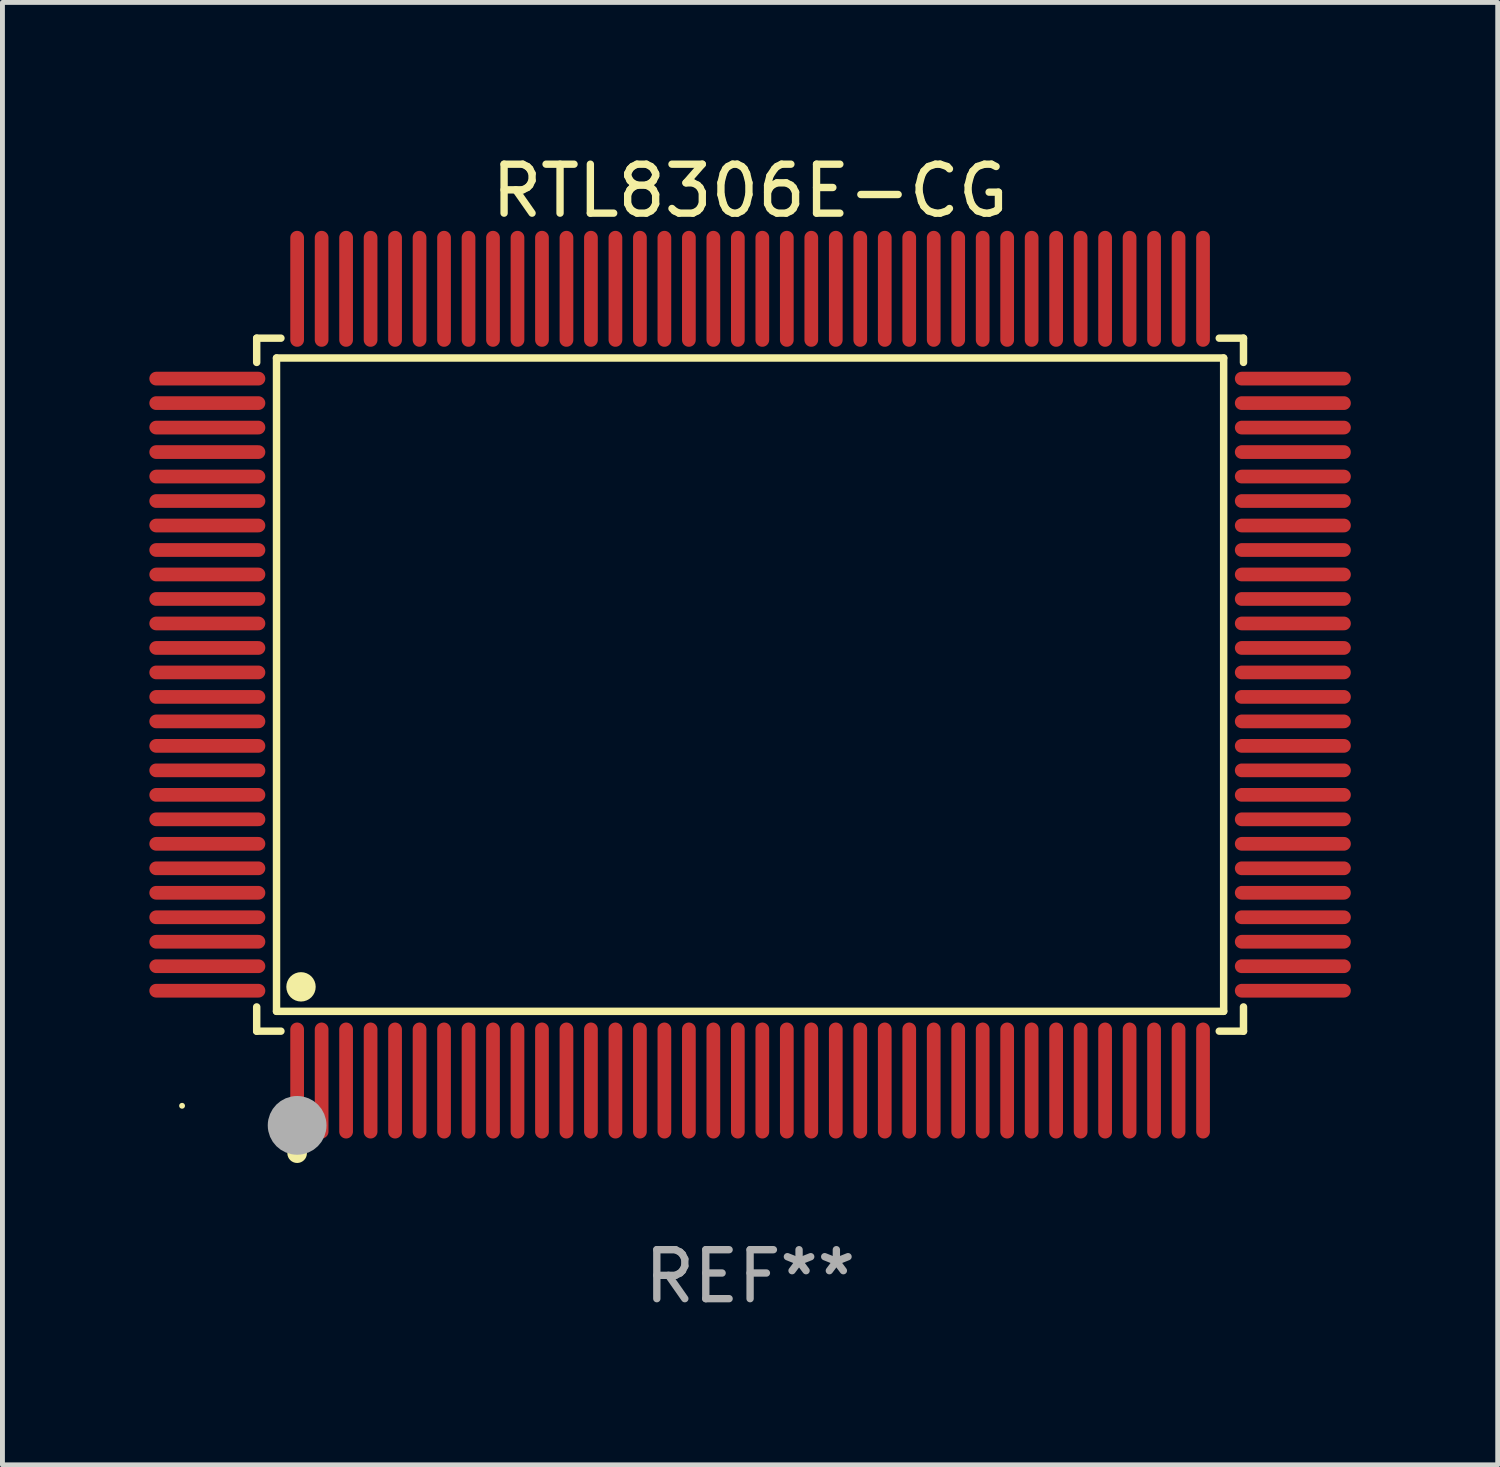
<source format=kicad_pcb>
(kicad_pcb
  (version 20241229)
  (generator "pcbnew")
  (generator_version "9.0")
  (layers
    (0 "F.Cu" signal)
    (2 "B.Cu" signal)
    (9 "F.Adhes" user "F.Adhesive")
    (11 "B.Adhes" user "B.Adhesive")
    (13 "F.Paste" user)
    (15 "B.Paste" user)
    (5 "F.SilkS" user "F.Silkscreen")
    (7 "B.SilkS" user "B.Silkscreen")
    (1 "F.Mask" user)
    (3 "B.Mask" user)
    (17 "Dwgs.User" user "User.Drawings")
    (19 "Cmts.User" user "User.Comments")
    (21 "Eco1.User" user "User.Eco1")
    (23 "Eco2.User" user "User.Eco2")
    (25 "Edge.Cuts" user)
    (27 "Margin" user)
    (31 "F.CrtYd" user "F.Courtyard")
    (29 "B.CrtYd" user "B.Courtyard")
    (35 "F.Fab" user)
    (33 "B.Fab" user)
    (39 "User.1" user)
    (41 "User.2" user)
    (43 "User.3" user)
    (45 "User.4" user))
  (footprint "RTL8306E-CG"
    (layer "F.Cu")
    (at 12.268 10.932)
    (property "Reference" "RTL8306E-CG" (at 0 -10.084 0) (layer "F.SilkS") (effects (font (size 1 1) (thickness 0.15))))
    (attr through_hole)
    (fp_line (start -10.076 -7.076) (end -9.581 -7.076) (stroke (width 0.152) (type solid)) (layer "F.SilkS"))
    (fp_line (start -10.076 -6.581) (end -10.076 -7.076) (stroke (width 0.152) (type solid)) (layer "F.SilkS"))
    (fp_line (start -10.076 6.581) (end -10.076 7.076) (stroke (width 0.152) (type solid)) (layer "F.SilkS"))
    (fp_line (start -10.076 7.076) (end -9.581 7.076) (stroke (width 0.152) (type solid)) (layer "F.SilkS"))
    (fp_line (start -9.671 -6.671) (end 9.671 -6.671) (stroke (width 0.152) (type solid)) (layer "F.SilkS"))
    (fp_line (start -9.671 6.671) (end -9.671 -6.671) (stroke (width 0.152) (type solid)) (layer "F.SilkS"))
    (fp_line (start 9.671 -6.671) (end 9.671 6.671) (stroke (width 0.152) (type solid)) (layer "F.SilkS"))
    (fp_line (start 9.671 6.671) (end -9.671 6.671) (stroke (width 0.152) (type solid)) (layer "F.SilkS"))
    (fp_line (start 10.076 -7.076) (end 9.581 -7.076) (stroke (width 0.152) (type solid)) (layer "F.SilkS"))
    (fp_line (start 10.076 -6.581) (end 10.076 -7.076) (stroke (width 0.152) (type solid)) (layer "F.SilkS"))
    (fp_line (start 10.076 6.581) (end 10.076 7.076) (stroke (width 0.152) (type solid)) (layer "F.SilkS"))
    (fp_line (start 10.076 7.076) (end 9.581 7.076) (stroke (width 0.152) (type solid)) (layer "F.SilkS"))
    (fp_circle (center -11.6 8.6) (end -11.57 8.6) (stroke (width 0.06) (type solid)) (fill no) (layer "F.SilkS"))
    (fp_circle (center -9.25 9.568) (end -9.15 9.568) (stroke (width 0.2) (type solid)) (fill no) (layer "F.SilkS"))
    (fp_circle (center -9.171 6.171) (end -9.021 6.171) (stroke (width 0.3) (type solid)) (fill no) (layer "F.SilkS"))
    (fp_circle (center -9.25 9) (end -8.95 9) (stroke (width 0.6) (type solid)) (fill no) (layer "F.Fab"))
    (fp_text user "REF**" (at 0 12.084 0) (layer "F.Fab") (effects (font (size 1 1) (thickness 0.15))))
    (pad "1" smd oval (at -9.25 8.084) (size 0.28 2.368) (layers "F.Cu" "F.Mask" "F.Paste"))
    (pad "2" smd oval (at -8.75 8.084) (size 0.28 2.368) (layers "F.Cu" "F.Mask" "F.Paste"))
    (pad "3" smd oval (at -8.25 8.084) (size 0.28 2.368) (layers "F.Cu" "F.Mask" "F.Paste"))
    (pad "4" smd oval (at -7.75 8.084) (size 0.28 2.368) (layers "F.Cu" "F.Mask" "F.Paste"))
    (pad "5" smd oval (at -7.25 8.084) (size 0.28 2.368) (layers "F.Cu" "F.Mask" "F.Paste"))
    (pad "6" smd oval (at -6.75 8.084) (size 0.28 2.368) (layers "F.Cu" "F.Mask" "F.Paste"))
    (pad "7" smd oval (at -6.25 8.084) (size 0.28 2.368) (layers "F.Cu" "F.Mask" "F.Paste"))
    (pad "8" smd oval (at -5.75 8.084) (size 0.28 2.368) (layers "F.Cu" "F.Mask" "F.Paste"))
    (pad "9" smd oval (at -5.25 8.084) (size 0.28 2.368) (layers "F.Cu" "F.Mask" "F.Paste"))
    (pad "10" smd oval (at -4.75 8.084) (size 0.28 2.368) (layers "F.Cu" "F.Mask" "F.Paste"))
    (pad "11" smd oval (at -4.25 8.084) (size 0.28 2.368) (layers "F.Cu" "F.Mask" "F.Paste"))
    (pad "12" smd oval (at -3.75 8.084) (size 0.28 2.368) (layers "F.Cu" "F.Mask" "F.Paste"))
    (pad "13" smd oval (at -3.25 8.084) (size 0.28 2.368) (layers "F.Cu" "F.Mask" "F.Paste"))
    (pad "14" smd oval (at -2.75 8.084) (size 0.28 2.368) (layers "F.Cu" "F.Mask" "F.Paste"))
    (pad "15" smd oval (at -2.25 8.084) (size 0.28 2.368) (layers "F.Cu" "F.Mask" "F.Paste"))
    (pad "16" smd oval (at -1.75 8.084) (size 0.28 2.368) (layers "F.Cu" "F.Mask" "F.Paste"))
    (pad "17" smd oval (at -1.25 8.084) (size 0.28 2.368) (layers "F.Cu" "F.Mask" "F.Paste"))
    (pad "18" smd oval (at -0.75 8.084) (size 0.28 2.368) (layers "F.Cu" "F.Mask" "F.Paste"))
    (pad "19" smd oval (at -0.25 8.084) (size 0.28 2.368) (layers "F.Cu" "F.Mask" "F.Paste"))
    (pad "20" smd oval (at 0.25 8.084) (size 0.28 2.368) (layers "F.Cu" "F.Mask" "F.Paste"))
    (pad "21" smd oval (at 0.75 8.084) (size 0.28 2.368) (layers "F.Cu" "F.Mask" "F.Paste"))
    (pad "22" smd oval (at 1.25 8.084) (size 0.28 2.368) (layers "F.Cu" "F.Mask" "F.Paste"))
    (pad "23" smd oval (at 1.75 8.084) (size 0.28 2.368) (layers "F.Cu" "F.Mask" "F.Paste"))
    (pad "24" smd oval (at 2.25 8.084) (size 0.28 2.368) (layers "F.Cu" "F.Mask" "F.Paste"))
    (pad "25" smd oval (at 2.75 8.084) (size 0.28 2.368) (layers "F.Cu" "F.Mask" "F.Paste"))
    (pad "26" smd oval (at 3.25 8.084) (size 0.28 2.368) (layers "F.Cu" "F.Mask" "F.Paste"))
    (pad "27" smd oval (at 3.75 8.084) (size 0.28 2.368) (layers "F.Cu" "F.Mask" "F.Paste"))
    (pad "28" smd oval (at 4.25 8.084) (size 0.28 2.368) (layers "F.Cu" "F.Mask" "F.Paste"))
    (pad "29" smd oval (at 4.75 8.084) (size 0.28 2.368) (layers "F.Cu" "F.Mask" "F.Paste"))
    (pad "30" smd oval (at 5.25 8.084) (size 0.28 2.368) (layers "F.Cu" "F.Mask" "F.Paste"))
    (pad "31" smd oval (at 5.75 8.084) (size 0.28 2.368) (layers "F.Cu" "F.Mask" "F.Paste"))
    (pad "32" smd oval (at 6.25 8.084) (size 0.28 2.368) (layers "F.Cu" "F.Mask" "F.Paste"))
    (pad "33" smd oval (at 6.75 8.084) (size 0.28 2.368) (layers "F.Cu" "F.Mask" "F.Paste"))
    (pad "34" smd oval (at 7.25 8.084) (size 0.28 2.368) (layers "F.Cu" "F.Mask" "F.Paste"))
    (pad "35" smd oval (at 7.75 8.084) (size 0.28 2.368) (layers "F.Cu" "F.Mask" "F.Paste"))
    (pad "36" smd oval (at 8.25 8.084) (size 0.28 2.368) (layers "F.Cu" "F.Mask" "F.Paste"))
    (pad "37" smd oval (at 8.75 8.084) (size 0.28 2.368) (layers "F.Cu" "F.Mask" "F.Paste"))
    (pad "38" smd oval (at 9.25 8.084) (size 0.28 2.368) (layers "F.Cu" "F.Mask" "F.Paste"))
    (pad "39" smd oval (at 11.084 6.25) (size 2.368 0.28) (layers "F.Cu" "F.Mask" "F.Paste"))
    (pad "40" smd oval (at 11.084 5.75) (size 2.368 0.28) (layers "F.Cu" "F.Mask" "F.Paste"))
    (pad "41" smd oval (at 11.084 5.25) (size 2.368 0.28) (layers "F.Cu" "F.Mask" "F.Paste"))
    (pad "42" smd oval (at 11.084 4.75) (size 2.368 0.28) (layers "F.Cu" "F.Mask" "F.Paste"))
    (pad "43" smd oval (at 11.084 4.25) (size 2.368 0.28) (layers "F.Cu" "F.Mask" "F.Paste"))
    (pad "44" smd oval (at 11.084 3.75) (size 2.368 0.28) (layers "F.Cu" "F.Mask" "F.Paste"))
    (pad "45" smd oval (at 11.084 3.25) (size 2.368 0.28) (layers "F.Cu" "F.Mask" "F.Paste"))
    (pad "46" smd oval (at 11.084 2.75) (size 2.368 0.28) (layers "F.Cu" "F.Mask" "F.Paste"))
    (pad "47" smd oval (at 11.084 2.25) (size 2.368 0.28) (layers "F.Cu" "F.Mask" "F.Paste"))
    (pad "48" smd oval (at 11.084 1.75) (size 2.368 0.28) (layers "F.Cu" "F.Mask" "F.Paste"))
    (pad "49" smd oval (at 11.084 1.25) (size 2.368 0.28) (layers "F.Cu" "F.Mask" "F.Paste"))
    (pad "50" smd oval (at 11.084 0.75) (size 2.368 0.28) (layers "F.Cu" "F.Mask" "F.Paste"))
    (pad "51" smd oval (at 11.084 0.25) (size 2.368 0.28) (layers "F.Cu" "F.Mask" "F.Paste"))
    (pad "52" smd oval (at 11.084 -0.25) (size 2.368 0.28) (layers "F.Cu" "F.Mask" "F.Paste"))
    (pad "53" smd oval (at 11.084 -0.75) (size 2.368 0.28) (layers "F.Cu" "F.Mask" "F.Paste"))
    (pad "54" smd oval (at 11.084 -1.25) (size 2.368 0.28) (layers "F.Cu" "F.Mask" "F.Paste"))
    (pad "55" smd oval (at 11.084 -1.75) (size 2.368 0.28) (layers "F.Cu" "F.Mask" "F.Paste"))
    (pad "56" smd oval (at 11.084 -2.25) (size 2.368 0.28) (layers "F.Cu" "F.Mask" "F.Paste"))
    (pad "57" smd oval (at 11.084 -2.75) (size 2.368 0.28) (layers "F.Cu" "F.Mask" "F.Paste"))
    (pad "58" smd oval (at 11.084 -3.25) (size 2.368 0.28) (layers "F.Cu" "F.Mask" "F.Paste"))
    (pad "59" smd oval (at 11.084 -3.75) (size 2.368 0.28) (layers "F.Cu" "F.Mask" "F.Paste"))
    (pad "60" smd oval (at 11.084 -4.25) (size 2.368 0.28) (layers "F.Cu" "F.Mask" "F.Paste"))
    (pad "61" smd oval (at 11.084 -4.75) (size 2.368 0.28) (layers "F.Cu" "F.Mask" "F.Paste"))
    (pad "62" smd oval (at 11.084 -5.25) (size 2.368 0.28) (layers "F.Cu" "F.Mask" "F.Paste"))
    (pad "63" smd oval (at 11.084 -5.75) (size 2.368 0.28) (layers "F.Cu" "F.Mask" "F.Paste"))
    (pad "64" smd oval (at 11.084 -6.25) (size 2.368 0.28) (layers "F.Cu" "F.Mask" "F.Paste"))
    (pad "65" smd oval (at 9.25 -8.084) (size 0.28 2.368) (layers "F.Cu" "F.Mask" "F.Paste"))
    (pad "66" smd oval (at 8.75 -8.084) (size 0.28 2.368) (layers "F.Cu" "F.Mask" "F.Paste"))
    (pad "67" smd oval (at 8.25 -8.084) (size 0.28 2.368) (layers "F.Cu" "F.Mask" "F.Paste"))
    (pad "68" smd oval (at 7.75 -8.084) (size 0.28 2.368) (layers "F.Cu" "F.Mask" "F.Paste"))
    (pad "69" smd oval (at 7.25 -8.084) (size 0.28 2.368) (layers "F.Cu" "F.Mask" "F.Paste"))
    (pad "70" smd oval (at 6.75 -8.084) (size 0.28 2.368) (layers "F.Cu" "F.Mask" "F.Paste"))
    (pad "71" smd oval (at 6.25 -8.084) (size 0.28 2.368) (layers "F.Cu" "F.Mask" "F.Paste"))
    (pad "72" smd oval (at 5.75 -8.084) (size 0.28 2.368) (layers "F.Cu" "F.Mask" "F.Paste"))
    (pad "73" smd oval (at 5.25 -8.084) (size 0.28 2.368) (layers "F.Cu" "F.Mask" "F.Paste"))
    (pad "74" smd oval (at 4.75 -8.084) (size 0.28 2.368) (layers "F.Cu" "F.Mask" "F.Paste"))
    (pad "75" smd oval (at 4.25 -8.084) (size 0.28 2.368) (layers "F.Cu" "F.Mask" "F.Paste"))
    (pad "76" smd oval (at 3.75 -8.084) (size 0.28 2.368) (layers "F.Cu" "F.Mask" "F.Paste"))
    (pad "77" smd oval (at 3.25 -8.084) (size 0.28 2.368) (layers "F.Cu" "F.Mask" "F.Paste"))
    (pad "78" smd oval (at 2.75 -8.084) (size 0.28 2.368) (layers "F.Cu" "F.Mask" "F.Paste"))
    (pad "79" smd oval (at 2.25 -8.084) (size 0.28 2.368) (layers "F.Cu" "F.Mask" "F.Paste"))
    (pad "80" smd oval (at 1.75 -8.084) (size 0.28 2.368) (layers "F.Cu" "F.Mask" "F.Paste"))
    (pad "81" smd oval (at 1.25 -8.084) (size 0.28 2.368) (layers "F.Cu" "F.Mask" "F.Paste"))
    (pad "82" smd oval (at 0.75 -8.084) (size 0.28 2.368) (layers "F.Cu" "F.Mask" "F.Paste"))
    (pad "83" smd oval (at 0.25 -8.084) (size 0.28 2.368) (layers "F.Cu" "F.Mask" "F.Paste"))
    (pad "84" smd oval (at -0.25 -8.084) (size 0.28 2.368) (layers "F.Cu" "F.Mask" "F.Paste"))
    (pad "85" smd oval (at -0.75 -8.084) (size 0.28 2.368) (layers "F.Cu" "F.Mask" "F.Paste"))
    (pad "86" smd oval (at -1.25 -8.084) (size 0.28 2.368) (layers "F.Cu" "F.Mask" "F.Paste"))
    (pad "87" smd oval (at -1.75 -8.084) (size 0.28 2.368) (layers "F.Cu" "F.Mask" "F.Paste"))
    (pad "88" smd oval (at -2.25 -8.084) (size 0.28 2.368) (layers "F.Cu" "F.Mask" "F.Paste"))
    (pad "89" smd oval (at -2.75 -8.084) (size 0.28 2.368) (layers "F.Cu" "F.Mask" "F.Paste"))
    (pad "90" smd oval (at -3.25 -8.084) (size 0.28 2.368) (layers "F.Cu" "F.Mask" "F.Paste"))
    (pad "91" smd oval (at -3.75 -8.084) (size 0.28 2.368) (layers "F.Cu" "F.Mask" "F.Paste"))
    (pad "92" smd oval (at -4.25 -8.084) (size 0.28 2.368) (layers "F.Cu" "F.Mask" "F.Paste"))
    (pad "93" smd oval (at -4.75 -8.084) (size 0.28 2.368) (layers "F.Cu" "F.Mask" "F.Paste"))
    (pad "94" smd oval (at -5.25 -8.084) (size 0.28 2.368) (layers "F.Cu" "F.Mask" "F.Paste"))
    (pad "95" smd oval (at -5.75 -8.084) (size 0.28 2.368) (layers "F.Cu" "F.Mask" "F.Paste"))
    (pad "96" smd oval (at -6.25 -8.084) (size 0.28 2.368) (layers "F.Cu" "F.Mask" "F.Paste"))
    (pad "97" smd oval (at -6.75 -8.084) (size 0.28 2.368) (layers "F.Cu" "F.Mask" "F.Paste"))
    (pad "98" smd oval (at -7.25 -8.084) (size 0.28 2.368) (layers "F.Cu" "F.Mask" "F.Paste"))
    (pad "99" smd oval (at -7.75 -8.084) (size 0.28 2.368) (layers "F.Cu" "F.Mask" "F.Paste"))
    (pad "100" smd oval (at -8.25 -8.084) (size 0.28 2.368) (layers "F.Cu" "F.Mask" "F.Paste"))
    (pad "101" smd oval (at -8.75 -8.084) (size 0.28 2.368) (layers "F.Cu" "F.Mask" "F.Paste"))
    (pad "102" smd oval (at -9.25 -8.084) (size 0.28 2.368) (layers "F.Cu" "F.Mask" "F.Paste"))
    (pad "103" smd oval (at -11.084 -6.25) (size 2.368 0.28) (layers "F.Cu" "F.Mask" "F.Paste"))
    (pad "104" smd oval (at -11.084 -5.75) (size 2.368 0.28) (layers "F.Cu" "F.Mask" "F.Paste"))
    (pad "105" smd oval (at -11.084 -5.25) (size 2.368 0.28) (layers "F.Cu" "F.Mask" "F.Paste"))
    (pad "106" smd oval (at -11.084 -4.75) (size 2.368 0.28) (layers "F.Cu" "F.Mask" "F.Paste"))
    (pad "107" smd oval (at -11.084 -4.25) (size 2.368 0.28) (layers "F.Cu" "F.Mask" "F.Paste"))
    (pad "108" smd oval (at -11.084 -3.75) (size 2.368 0.28) (layers "F.Cu" "F.Mask" "F.Paste"))
    (pad "109" smd oval (at -11.084 -3.25) (size 2.368 0.28) (layers "F.Cu" "F.Mask" "F.Paste"))
    (pad "110" smd oval (at -11.084 -2.75) (size 2.368 0.28) (layers "F.Cu" "F.Mask" "F.Paste"))
    (pad "111" smd oval (at -11.084 -2.25) (size 2.368 0.28) (layers "F.Cu" "F.Mask" "F.Paste"))
    (pad "112" smd oval (at -11.084 -1.75) (size 2.368 0.28) (layers "F.Cu" "F.Mask" "F.Paste"))
    (pad "113" smd oval (at -11.084 -1.25) (size 2.368 0.28) (layers "F.Cu" "F.Mask" "F.Paste"))
    (pad "114" smd oval (at -11.084 -0.75) (size 2.368 0.28) (layers "F.Cu" "F.Mask" "F.Paste"))
    (pad "115" smd oval (at -11.084 -0.25) (size 2.368 0.28) (layers "F.Cu" "F.Mask" "F.Paste"))
    (pad "116" smd oval (at -11.084 0.25) (size 2.368 0.28) (layers "F.Cu" "F.Mask" "F.Paste"))
    (pad "117" smd oval (at -11.084 0.75) (size 2.368 0.28) (layers "F.Cu" "F.Mask" "F.Paste"))
    (pad "118" smd oval (at -11.084 1.25) (size 2.368 0.28) (layers "F.Cu" "F.Mask" "F.Paste"))
    (pad "119" smd oval (at -11.084 1.75) (size 2.368 0.28) (layers "F.Cu" "F.Mask" "F.Paste"))
    (pad "120" smd oval (at -11.084 2.25) (size 2.368 0.28) (layers "F.Cu" "F.Mask" "F.Paste"))
    (pad "121" smd oval (at -11.084 2.75) (size 2.368 0.28) (layers "F.Cu" "F.Mask" "F.Paste"))
    (pad "122" smd oval (at -11.084 3.25) (size 2.368 0.28) (layers "F.Cu" "F.Mask" "F.Paste"))
    (pad "123" smd oval (at -11.084 3.75) (size 2.368 0.28) (layers "F.Cu" "F.Mask" "F.Paste"))
    (pad "124" smd oval (at -11.084 4.25) (size 2.368 0.28) (layers "F.Cu" "F.Mask" "F.Paste"))
    (pad "125" smd oval (at -11.084 4.75) (size 2.368 0.28) (layers "F.Cu" "F.Mask" "F.Paste"))
    (pad "126" smd oval (at -11.084 5.25) (size 2.368 0.28) (layers "F.Cu" "F.Mask" "F.Paste"))
    (pad "127" smd oval (at -11.084 5.75) (size 2.368 0.28) (layers "F.Cu" "F.Mask" "F.Paste"))
    (pad "128" smd oval (at -11.084 6.25) (size 2.368 0.28) (layers "F.Cu" "F.Mask" "F.Paste")))
  (gr_rect
    (start -3 -3)
    (end 27.536 26.865)
    (stroke (width 0.1) (type default))
    (fill no)
    (layer "Edge.Cuts")))
</source>
